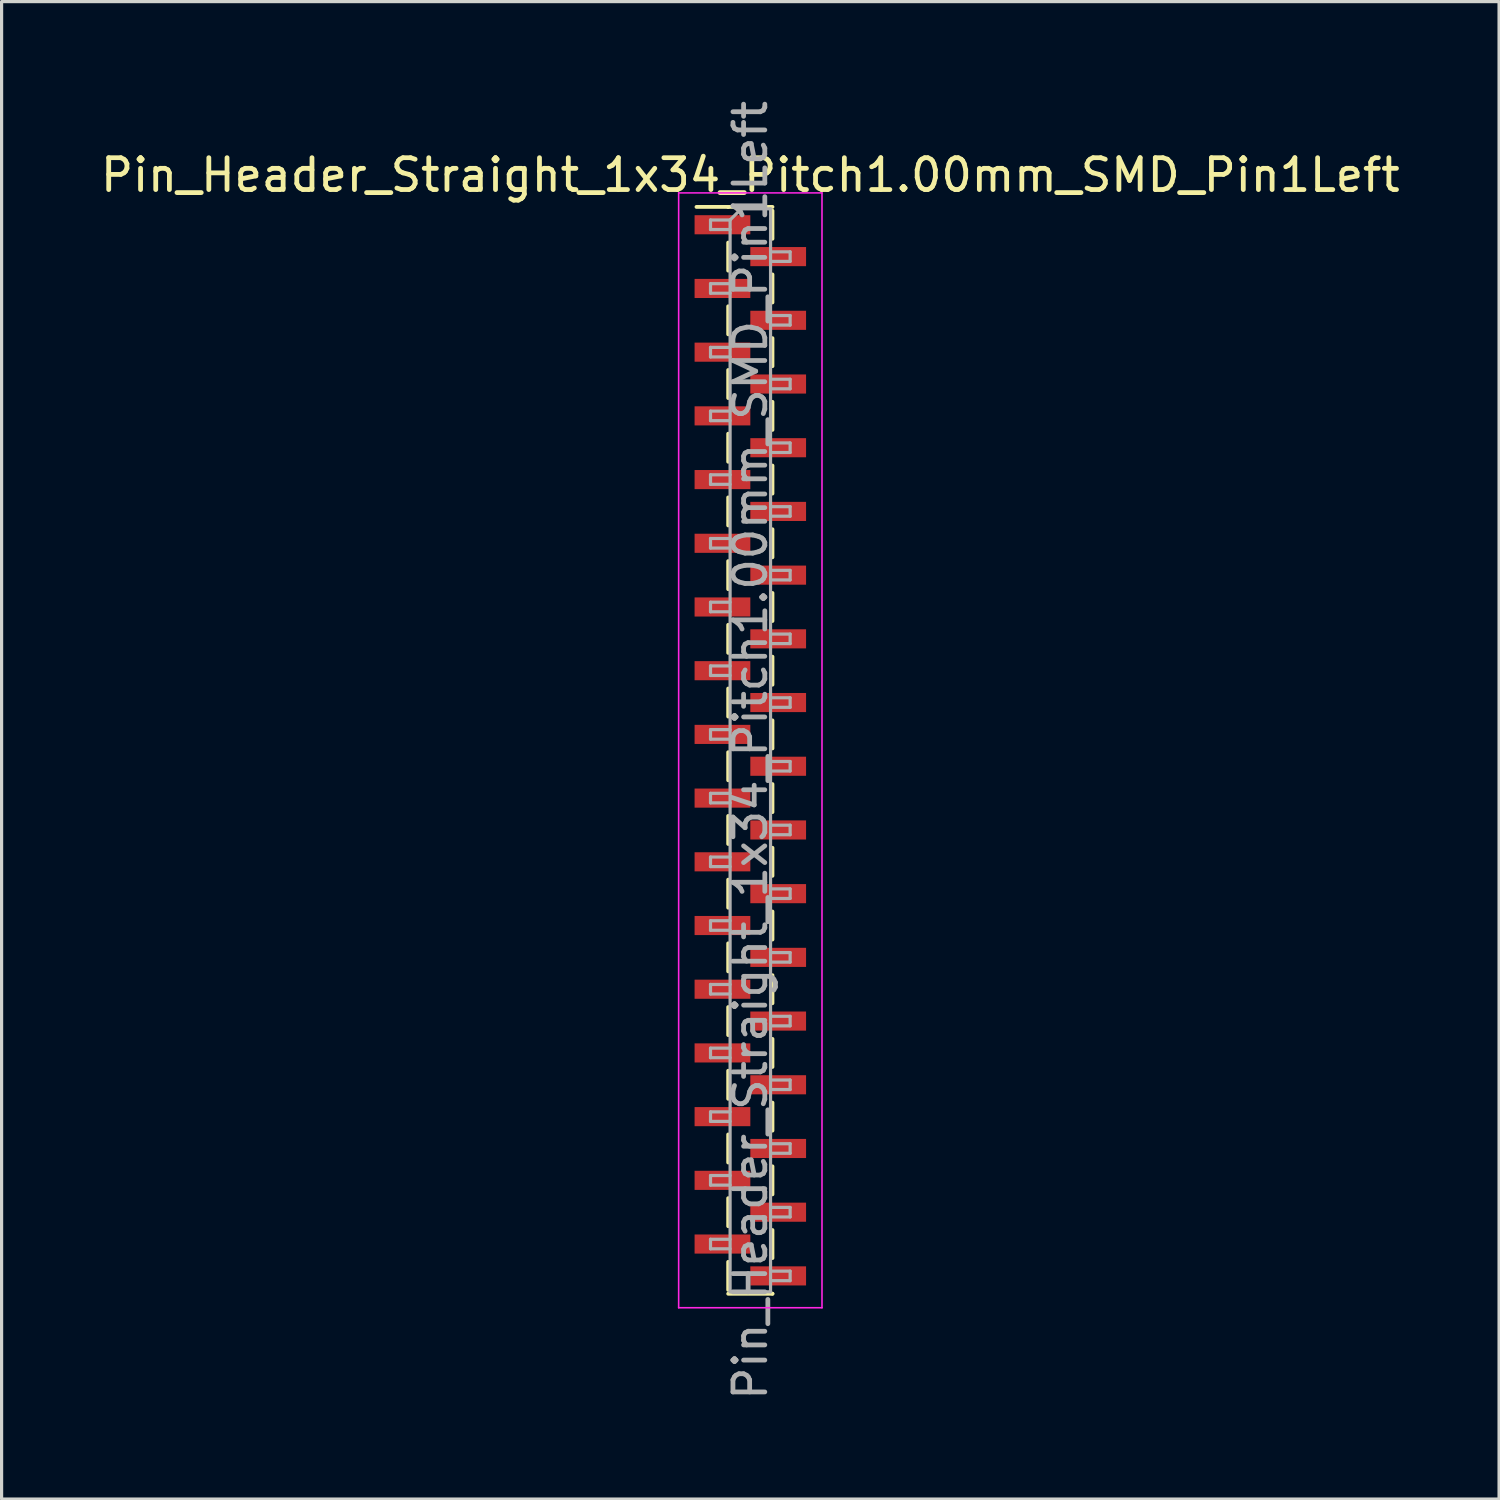
<source format=kicad_pcb>
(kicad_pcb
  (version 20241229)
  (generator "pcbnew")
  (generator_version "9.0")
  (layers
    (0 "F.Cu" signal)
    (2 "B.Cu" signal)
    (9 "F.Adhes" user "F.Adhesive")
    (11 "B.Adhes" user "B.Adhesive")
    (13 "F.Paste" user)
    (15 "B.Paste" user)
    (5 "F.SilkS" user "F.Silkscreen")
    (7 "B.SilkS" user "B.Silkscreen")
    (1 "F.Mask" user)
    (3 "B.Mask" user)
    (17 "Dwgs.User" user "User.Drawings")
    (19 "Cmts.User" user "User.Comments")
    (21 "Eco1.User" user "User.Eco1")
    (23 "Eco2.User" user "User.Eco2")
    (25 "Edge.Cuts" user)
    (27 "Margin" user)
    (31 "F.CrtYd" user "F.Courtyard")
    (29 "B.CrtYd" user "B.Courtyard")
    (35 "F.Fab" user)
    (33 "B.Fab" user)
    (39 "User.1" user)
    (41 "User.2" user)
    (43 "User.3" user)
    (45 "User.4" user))
  (footprint "Pin_Header_Straight_1x34_Pitch1.00mm_SMD_Pin1Left"
    (layer "F.Cu")
    (at 20.506 20.506)
    (property "Reference" "Pin_Header_Straight_1x34_Pitch1.00mm_SMD_Pin1Left" (at 0 -18.06 0) (layer "F.SilkS") (effects (font (size 1 1) (thickness 0.15))))
    (attr smd)
    (fp_line (start -0.695 -17.06) (end -1.69 -17.06) (stroke (width 0.12) (type solid)) (layer "F.SilkS"))
    (fp_line (start -0.695 -17.06) (end -0.695 -17.06) (stroke (width 0.12) (type solid)) (layer "F.SilkS"))
    (fp_line (start -0.695 -17.06) (end 0.695 -17.06) (stroke (width 0.12) (type solid)) (layer "F.SilkS"))
    (fp_line (start -0.695 -15.94) (end -0.695 -15.06) (stroke (width 0.12) (type solid)) (layer "F.SilkS"))
    (fp_line (start -0.695 -13.94) (end -0.695 -13.06) (stroke (width 0.12) (type solid)) (layer "F.SilkS"))
    (fp_line (start -0.695 -11.94) (end -0.695 -11.06) (stroke (width 0.12) (type solid)) (layer "F.SilkS"))
    (fp_line (start -0.695 -9.94) (end -0.695 -9.06) (stroke (width 0.12) (type solid)) (layer "F.SilkS"))
    (fp_line (start -0.695 -7.94) (end -0.695 -7.06) (stroke (width 0.12) (type solid)) (layer "F.SilkS"))
    (fp_line (start -0.695 -5.94) (end -0.695 -5.06) (stroke (width 0.12) (type solid)) (layer "F.SilkS"))
    (fp_line (start -0.695 -3.94) (end -0.695 -3.06) (stroke (width 0.12) (type solid)) (layer "F.SilkS"))
    (fp_line (start -0.695 -1.94) (end -0.695 -1.06) (stroke (width 0.12) (type solid)) (layer "F.SilkS"))
    (fp_line (start -0.695 0.06) (end -0.695 0.94) (stroke (width 0.12) (type solid)) (layer "F.SilkS"))
    (fp_line (start -0.695 2.06) (end -0.695 2.94) (stroke (width 0.12) (type solid)) (layer "F.SilkS"))
    (fp_line (start -0.695 4.06) (end -0.695 4.94) (stroke (width 0.12) (type solid)) (layer "F.SilkS"))
    (fp_line (start -0.695 6.06) (end -0.695 6.94) (stroke (width 0.12) (type solid)) (layer "F.SilkS"))
    (fp_line (start -0.695 8.06) (end -0.695 8.94) (stroke (width 0.12) (type solid)) (layer "F.SilkS"))
    (fp_line (start -0.695 10.06) (end -0.695 10.94) (stroke (width 0.12) (type solid)) (layer "F.SilkS"))
    (fp_line (start -0.695 12.06) (end -0.695 12.94) (stroke (width 0.12) (type solid)) (layer "F.SilkS"))
    (fp_line (start -0.695 14.06) (end -0.695 14.94) (stroke (width 0.12) (type solid)) (layer "F.SilkS"))
    (fp_line (start -0.695 16.06) (end -0.695 16.94) (stroke (width 0.12) (type solid)) (layer "F.SilkS"))
    (fp_line (start -0.695 17.06) (end 0.695 17.06) (stroke (width 0.12) (type solid)) (layer "F.SilkS"))
    (fp_line (start 0.695 -16.94) (end 0.695 -16.06) (stroke (width 0.12) (type solid)) (layer "F.SilkS"))
    (fp_line (start 0.695 -14.94) (end 0.695 -14.06) (stroke (width 0.12) (type solid)) (layer "F.SilkS"))
    (fp_line (start 0.695 -12.94) (end 0.695 -12.06) (stroke (width 0.12) (type solid)) (layer "F.SilkS"))
    (fp_line (start 0.695 -10.94) (end 0.695 -10.06) (stroke (width 0.12) (type solid)) (layer "F.SilkS"))
    (fp_line (start 0.695 -8.94) (end 0.695 -8.06) (stroke (width 0.12) (type solid)) (layer "F.SilkS"))
    (fp_line (start 0.695 -6.94) (end 0.695 -6.06) (stroke (width 0.12) (type solid)) (layer "F.SilkS"))
    (fp_line (start 0.695 -4.94) (end 0.695 -4.06) (stroke (width 0.12) (type solid)) (layer "F.SilkS"))
    (fp_line (start 0.695 -2.94) (end 0.695 -2.06) (stroke (width 0.12) (type solid)) (layer "F.SilkS"))
    (fp_line (start 0.695 -0.94) (end 0.695 -0.06) (stroke (width 0.12) (type solid)) (layer "F.SilkS"))
    (fp_line (start 0.695 1.06) (end 0.695 1.94) (stroke (width 0.12) (type solid)) (layer "F.SilkS"))
    (fp_line (start 0.695 3.06) (end 0.695 3.94) (stroke (width 0.12) (type solid)) (layer "F.SilkS"))
    (fp_line (start 0.695 5.06) (end 0.695 5.94) (stroke (width 0.12) (type solid)) (layer "F.SilkS"))
    (fp_line (start 0.695 7.06) (end 0.695 7.94) (stroke (width 0.12) (type solid)) (layer "F.SilkS"))
    (fp_line (start 0.695 9.06) (end 0.695 9.94) (stroke (width 0.12) (type solid)) (layer "F.SilkS"))
    (fp_line (start 0.695 11.06) (end 0.695 11.94) (stroke (width 0.12) (type solid)) (layer "F.SilkS"))
    (fp_line (start 0.695 13.06) (end 0.695 13.94) (stroke (width 0.12) (type solid)) (layer "F.SilkS"))
    (fp_line (start 0.695 15.06) (end 0.695 15.94) (stroke (width 0.12) (type solid)) (layer "F.SilkS"))
    (fp_line (start 0.695 17.06) (end 0.695 17.06) (stroke (width 0.12) (type solid)) (layer "F.SilkS"))
    (fp_line (start -2.25 -17.5) (end -2.25 17.5) (stroke (width 0.05) (type solid)) (layer "F.CrtYd"))
    (fp_line (start -2.25 17.5) (end 2.25 17.5) (stroke (width 0.05) (type solid)) (layer "F.CrtYd"))
    (fp_line (start 2.25 -17.5) (end -2.25 -17.5) (stroke (width 0.05) (type solid)) (layer "F.CrtYd"))
    (fp_line (start 2.25 17.5) (end 2.25 -17.5) (stroke (width 0.05) (type solid)) (layer "F.CrtYd"))
    (fp_line (start -1.25 -16.65) (end -1.25 -16.35) (stroke (width 0.1) (type solid)) (layer "F.Fab"))
    (fp_line (start -1.25 -16.35) (end -0.635 -16.35) (stroke (width 0.1) (type solid)) (layer "F.Fab"))
    (fp_line (start -1.25 -14.65) (end -1.25 -14.35) (stroke (width 0.1) (type solid)) (layer "F.Fab"))
    (fp_line (start -1.25 -14.35) (end -0.635 -14.35) (stroke (width 0.1) (type solid)) (layer "F.Fab"))
    (fp_line (start -1.25 -12.65) (end -1.25 -12.35) (stroke (width 0.1) (type solid)) (layer "F.Fab"))
    (fp_line (start -1.25 -12.35) (end -0.635 -12.35) (stroke (width 0.1) (type solid)) (layer "F.Fab"))
    (fp_line (start -1.25 -10.65) (end -1.25 -10.35) (stroke (width 0.1) (type solid)) (layer "F.Fab"))
    (fp_line (start -1.25 -10.35) (end -0.635 -10.35) (stroke (width 0.1) (type solid)) (layer "F.Fab"))
    (fp_line (start -1.25 -8.65) (end -1.25 -8.35) (stroke (width 0.1) (type solid)) (layer "F.Fab"))
    (fp_line (start -1.25 -8.35) (end -0.635 -8.35) (stroke (width 0.1) (type solid)) (layer "F.Fab"))
    (fp_line (start -1.25 -6.65) (end -1.25 -6.35) (stroke (width 0.1) (type solid)) (layer "F.Fab"))
    (fp_line (start -1.25 -6.35) (end -0.635 -6.35) (stroke (width 0.1) (type solid)) (layer "F.Fab"))
    (fp_line (start -1.25 -4.65) (end -1.25 -4.35) (stroke (width 0.1) (type solid)) (layer "F.Fab"))
    (fp_line (start -1.25 -4.35) (end -0.635 -4.35) (stroke (width 0.1) (type solid)) (layer "F.Fab"))
    (fp_line (start -1.25 -2.65) (end -1.25 -2.35) (stroke (width 0.1) (type solid)) (layer "F.Fab"))
    (fp_line (start -1.25 -2.35) (end -0.635 -2.35) (stroke (width 0.1) (type solid)) (layer "F.Fab"))
    (fp_line (start -1.25 -0.65) (end -1.25 -0.35) (stroke (width 0.1) (type solid)) (layer "F.Fab"))
    (fp_line (start -1.25 -0.35) (end -0.635 -0.35) (stroke (width 0.1) (type solid)) (layer "F.Fab"))
    (fp_line (start -1.25 1.35) (end -1.25 1.65) (stroke (width 0.1) (type solid)) (layer "F.Fab"))
    (fp_line (start -1.25 1.65) (end -0.635 1.65) (stroke (width 0.1) (type solid)) (layer "F.Fab"))
    (fp_line (start -1.25 3.35) (end -1.25 3.65) (stroke (width 0.1) (type solid)) (layer "F.Fab"))
    (fp_line (start -1.25 3.65) (end -0.635 3.65) (stroke (width 0.1) (type solid)) (layer "F.Fab"))
    (fp_line (start -1.25 5.35) (end -1.25 5.65) (stroke (width 0.1) (type solid)) (layer "F.Fab"))
    (fp_line (start -1.25 5.65) (end -0.635 5.65) (stroke (width 0.1) (type solid)) (layer "F.Fab"))
    (fp_line (start -1.25 7.35) (end -1.25 7.65) (stroke (width 0.1) (type solid)) (layer "F.Fab"))
    (fp_line (start -1.25 7.65) (end -0.635 7.65) (stroke (width 0.1) (type solid)) (layer "F.Fab"))
    (fp_line (start -1.25 9.35) (end -1.25 9.65) (stroke (width 0.1) (type solid)) (layer "F.Fab"))
    (fp_line (start -1.25 9.65) (end -0.635 9.65) (stroke (width 0.1) (type solid)) (layer "F.Fab"))
    (fp_line (start -1.25 11.35) (end -1.25 11.65) (stroke (width 0.1) (type solid)) (layer "F.Fab"))
    (fp_line (start -1.25 11.65) (end -0.635 11.65) (stroke (width 0.1) (type solid)) (layer "F.Fab"))
    (fp_line (start -1.25 13.35) (end -1.25 13.65) (stroke (width 0.1) (type solid)) (layer "F.Fab"))
    (fp_line (start -1.25 13.65) (end -0.635 13.65) (stroke (width 0.1) (type solid)) (layer "F.Fab"))
    (fp_line (start -1.25 15.35) (end -1.25 15.65) (stroke (width 0.1) (type solid)) (layer "F.Fab"))
    (fp_line (start -1.25 15.65) (end -0.635 15.65) (stroke (width 0.1) (type solid)) (layer "F.Fab"))
    (fp_line (start -0.635 -16.65) (end -1.25 -16.65) (stroke (width 0.1) (type solid)) (layer "F.Fab"))
    (fp_line (start -0.635 -16.65) (end -0.285 -17) (stroke (width 0.1) (type solid)) (layer "F.Fab"))
    (fp_line (start -0.635 -14.65) (end -1.25 -14.65) (stroke (width 0.1) (type solid)) (layer "F.Fab"))
    (fp_line (start -0.635 -12.65) (end -1.25 -12.65) (stroke (width 0.1) (type solid)) (layer "F.Fab"))
    (fp_line (start -0.635 -10.65) (end -1.25 -10.65) (stroke (width 0.1) (type solid)) (layer "F.Fab"))
    (fp_line (start -0.635 -8.65) (end -1.25 -8.65) (stroke (width 0.1) (type solid)) (layer "F.Fab"))
    (fp_line (start -0.635 -6.65) (end -1.25 -6.65) (stroke (width 0.1) (type solid)) (layer "F.Fab"))
    (fp_line (start -0.635 -4.65) (end -1.25 -4.65) (stroke (width 0.1) (type solid)) (layer "F.Fab"))
    (fp_line (start -0.635 -2.65) (end -1.25 -2.65) (stroke (width 0.1) (type solid)) (layer "F.Fab"))
    (fp_line (start -0.635 -0.65) (end -1.25 -0.65) (stroke (width 0.1) (type solid)) (layer "F.Fab"))
    (fp_line (start -0.635 1.35) (end -1.25 1.35) (stroke (width 0.1) (type solid)) (layer "F.Fab"))
    (fp_line (start -0.635 3.35) (end -1.25 3.35) (stroke (width 0.1) (type solid)) (layer "F.Fab"))
    (fp_line (start -0.635 5.35) (end -1.25 5.35) (stroke (width 0.1) (type solid)) (layer "F.Fab"))
    (fp_line (start -0.635 7.35) (end -1.25 7.35) (stroke (width 0.1) (type solid)) (layer "F.Fab"))
    (fp_line (start -0.635 9.35) (end -1.25 9.35) (stroke (width 0.1) (type solid)) (layer "F.Fab"))
    (fp_line (start -0.635 11.35) (end -1.25 11.35) (stroke (width 0.1) (type solid)) (layer "F.Fab"))
    (fp_line (start -0.635 13.35) (end -1.25 13.35) (stroke (width 0.1) (type solid)) (layer "F.Fab"))
    (fp_line (start -0.635 15.35) (end -1.25 15.35) (stroke (width 0.1) (type solid)) (layer "F.Fab"))
    (fp_line (start -0.635 17) (end -0.635 -16.65) (stroke (width 0.1) (type solid)) (layer "F.Fab"))
    (fp_line (start -0.285 -17) (end 0.635 -17) (stroke (width 0.1) (type solid)) (layer "F.Fab"))
    (fp_line (start 0.635 -17) (end 0.635 17) (stroke (width 0.1) (type solid)) (layer "F.Fab"))
    (fp_line (start 0.635 -15.65) (end 1.25 -15.65) (stroke (width 0.1) (type solid)) (layer "F.Fab"))
    (fp_line (start 0.635 -13.65) (end 1.25 -13.65) (stroke (width 0.1) (type solid)) (layer "F.Fab"))
    (fp_line (start 0.635 -11.65) (end 1.25 -11.65) (stroke (width 0.1) (type solid)) (layer "F.Fab"))
    (fp_line (start 0.635 -9.65) (end 1.25 -9.65) (stroke (width 0.1) (type solid)) (layer "F.Fab"))
    (fp_line (start 0.635 -7.65) (end 1.25 -7.65) (stroke (width 0.1) (type solid)) (layer "F.Fab"))
    (fp_line (start 0.635 -5.65) (end 1.25 -5.65) (stroke (width 0.1) (type solid)) (layer "F.Fab"))
    (fp_line (start 0.635 -3.65) (end 1.25 -3.65) (stroke (width 0.1) (type solid)) (layer "F.Fab"))
    (fp_line (start 0.635 -1.65) (end 1.25 -1.65) (stroke (width 0.1) (type solid)) (layer "F.Fab"))
    (fp_line (start 0.635 0.35) (end 1.25 0.35) (stroke (width 0.1) (type solid)) (layer "F.Fab"))
    (fp_line (start 0.635 2.35) (end 1.25 2.35) (stroke (width 0.1) (type solid)) (layer "F.Fab"))
    (fp_line (start 0.635 4.35) (end 1.25 4.35) (stroke (width 0.1) (type solid)) (layer "F.Fab"))
    (fp_line (start 0.635 6.35) (end 1.25 6.35) (stroke (width 0.1) (type solid)) (layer "F.Fab"))
    (fp_line (start 0.635 8.35) (end 1.25 8.35) (stroke (width 0.1) (type solid)) (layer "F.Fab"))
    (fp_line (start 0.635 10.35) (end 1.25 10.35) (stroke (width 0.1) (type solid)) (layer "F.Fab"))
    (fp_line (start 0.635 12.35) (end 1.25 12.35) (stroke (width 0.1) (type solid)) (layer "F.Fab"))
    (fp_line (start 0.635 14.35) (end 1.25 14.35) (stroke (width 0.1) (type solid)) (layer "F.Fab"))
    (fp_line (start 0.635 16.35) (end 1.25 16.35) (stroke (width 0.1) (type solid)) (layer "F.Fab"))
    (fp_line (start 0.635 17) (end -0.635 17) (stroke (width 0.1) (type solid)) (layer "F.Fab"))
    (fp_line (start 1.25 -15.65) (end 1.25 -15.35) (stroke (width 0.1) (type solid)) (layer "F.Fab"))
    (fp_line (start 1.25 -15.35) (end 0.635 -15.35) (stroke (width 0.1) (type solid)) (layer "F.Fab"))
    (fp_line (start 1.25 -13.65) (end 1.25 -13.35) (stroke (width 0.1) (type solid)) (layer "F.Fab"))
    (fp_line (start 1.25 -13.35) (end 0.635 -13.35) (stroke (width 0.1) (type solid)) (layer "F.Fab"))
    (fp_line (start 1.25 -11.65) (end 1.25 -11.35) (stroke (width 0.1) (type solid)) (layer "F.Fab"))
    (fp_line (start 1.25 -11.35) (end 0.635 -11.35) (stroke (width 0.1) (type solid)) (layer "F.Fab"))
    (fp_line (start 1.25 -9.65) (end 1.25 -9.35) (stroke (width 0.1) (type solid)) (layer "F.Fab"))
    (fp_line (start 1.25 -9.35) (end 0.635 -9.35) (stroke (width 0.1) (type solid)) (layer "F.Fab"))
    (fp_line (start 1.25 -7.65) (end 1.25 -7.35) (stroke (width 0.1) (type solid)) (layer "F.Fab"))
    (fp_line (start 1.25 -7.35) (end 0.635 -7.35) (stroke (width 0.1) (type solid)) (layer "F.Fab"))
    (fp_line (start 1.25 -5.65) (end 1.25 -5.35) (stroke (width 0.1) (type solid)) (layer "F.Fab"))
    (fp_line (start 1.25 -5.35) (end 0.635 -5.35) (stroke (width 0.1) (type solid)) (layer "F.Fab"))
    (fp_line (start 1.25 -3.65) (end 1.25 -3.35) (stroke (width 0.1) (type solid)) (layer "F.Fab"))
    (fp_line (start 1.25 -3.35) (end 0.635 -3.35) (stroke (width 0.1) (type solid)) (layer "F.Fab"))
    (fp_line (start 1.25 -1.65) (end 1.25 -1.35) (stroke (width 0.1) (type solid)) (layer "F.Fab"))
    (fp_line (start 1.25 -1.35) (end 0.635 -1.35) (stroke (width 0.1) (type solid)) (layer "F.Fab"))
    (fp_line (start 1.25 0.35) (end 1.25 0.65) (stroke (width 0.1) (type solid)) (layer "F.Fab"))
    (fp_line (start 1.25 0.65) (end 0.635 0.65) (stroke (width 0.1) (type solid)) (layer "F.Fab"))
    (fp_line (start 1.25 2.35) (end 1.25 2.65) (stroke (width 0.1) (type solid)) (layer "F.Fab"))
    (fp_line (start 1.25 2.65) (end 0.635 2.65) (stroke (width 0.1) (type solid)) (layer "F.Fab"))
    (fp_line (start 1.25 4.35) (end 1.25 4.65) (stroke (width 0.1) (type solid)) (layer "F.Fab"))
    (fp_line (start 1.25 4.65) (end 0.635 4.65) (stroke (width 0.1) (type solid)) (layer "F.Fab"))
    (fp_line (start 1.25 6.35) (end 1.25 6.65) (stroke (width 0.1) (type solid)) (layer "F.Fab"))
    (fp_line (start 1.25 6.65) (end 0.635 6.65) (stroke (width 0.1) (type solid)) (layer "F.Fab"))
    (fp_line (start 1.25 8.35) (end 1.25 8.65) (stroke (width 0.1) (type solid)) (layer "F.Fab"))
    (fp_line (start 1.25 8.65) (end 0.635 8.65) (stroke (width 0.1) (type solid)) (layer "F.Fab"))
    (fp_line (start 1.25 10.35) (end 1.25 10.65) (stroke (width 0.1) (type solid)) (layer "F.Fab"))
    (fp_line (start 1.25 10.65) (end 0.635 10.65) (stroke (width 0.1) (type solid)) (layer "F.Fab"))
    (fp_line (start 1.25 12.35) (end 1.25 12.65) (stroke (width 0.1) (type solid)) (layer "F.Fab"))
    (fp_line (start 1.25 12.65) (end 0.635 12.65) (stroke (width 0.1) (type solid)) (layer "F.Fab"))
    (fp_line (start 1.25 14.35) (end 1.25 14.65) (stroke (width 0.1) (type solid)) (layer "F.Fab"))
    (fp_line (start 1.25 14.65) (end 0.635 14.65) (stroke (width 0.1) (type solid)) (layer "F.Fab"))
    (fp_line (start 1.25 16.35) (end 1.25 16.65) (stroke (width 0.1) (type solid)) (layer "F.Fab"))
    (fp_line (start 1.25 16.65) (end 0.635 16.65) (stroke (width 0.1) (type solid)) (layer "F.Fab"))
    (fp_text user "${REFERENCE}" (at 0 0 90) (layer "F.Fab") (effects (font (size 1 1) (thickness 0.15))))
    (pad "1" smd rect (at -0.875 -16.5) (size 1.75 0.6) (layers "F.Cu" "F.Mask" "F.Paste"))
    (pad "2" smd rect (at 0.875 -15.5) (size 1.75 0.6) (layers "F.Cu" "F.Mask" "F.Paste"))
    (pad "3" smd rect (at -0.875 -14.5) (size 1.75 0.6) (layers "F.Cu" "F.Mask" "F.Paste"))
    (pad "4" smd rect (at 0.875 -13.5) (size 1.75 0.6) (layers "F.Cu" "F.Mask" "F.Paste"))
    (pad "5" smd rect (at -0.875 -12.5) (size 1.75 0.6) (layers "F.Cu" "F.Mask" "F.Paste"))
    (pad "6" smd rect (at 0.875 -11.5) (size 1.75 0.6) (layers "F.Cu" "F.Mask" "F.Paste"))
    (pad "7" smd rect (at -0.875 -10.5) (size 1.75 0.6) (layers "F.Cu" "F.Mask" "F.Paste"))
    (pad "8" smd rect (at 0.875 -9.5) (size 1.75 0.6) (layers "F.Cu" "F.Mask" "F.Paste"))
    (pad "9" smd rect (at -0.875 -8.5) (size 1.75 0.6) (layers "F.Cu" "F.Mask" "F.Paste"))
    (pad "10" smd rect (at 0.875 -7.5) (size 1.75 0.6) (layers "F.Cu" "F.Mask" "F.Paste"))
    (pad "11" smd rect (at -0.875 -6.5) (size 1.75 0.6) (layers "F.Cu" "F.Mask" "F.Paste"))
    (pad "12" smd rect (at 0.875 -5.5) (size 1.75 0.6) (layers "F.Cu" "F.Mask" "F.Paste"))
    (pad "13" smd rect (at -0.875 -4.5) (size 1.75 0.6) (layers "F.Cu" "F.Mask" "F.Paste"))
    (pad "14" smd rect (at 0.875 -3.5) (size 1.75 0.6) (layers "F.Cu" "F.Mask" "F.Paste"))
    (pad "15" smd rect (at -0.875 -2.5) (size 1.75 0.6) (layers "F.Cu" "F.Mask" "F.Paste"))
    (pad "16" smd rect (at 0.875 -1.5) (size 1.75 0.6) (layers "F.Cu" "F.Mask" "F.Paste"))
    (pad "17" smd rect (at -0.875 -0.5) (size 1.75 0.6) (layers "F.Cu" "F.Mask" "F.Paste"))
    (pad "18" smd rect (at 0.875 0.5) (size 1.75 0.6) (layers "F.Cu" "F.Mask" "F.Paste"))
    (pad "19" smd rect (at -0.875 1.5) (size 1.75 0.6) (layers "F.Cu" "F.Mask" "F.Paste"))
    (pad "20" smd rect (at 0.875 2.5) (size 1.75 0.6) (layers "F.Cu" "F.Mask" "F.Paste"))
    (pad "21" smd rect (at -0.875 3.5) (size 1.75 0.6) (layers "F.Cu" "F.Mask" "F.Paste"))
    (pad "22" smd rect (at 0.875 4.5) (size 1.75 0.6) (layers "F.Cu" "F.Mask" "F.Paste"))
    (pad "23" smd rect (at -0.875 5.5) (size 1.75 0.6) (layers "F.Cu" "F.Mask" "F.Paste"))
    (pad "24" smd rect (at 0.875 6.5) (size 1.75 0.6) (layers "F.Cu" "F.Mask" "F.Paste"))
    (pad "25" smd rect (at -0.875 7.5) (size 1.75 0.6) (layers "F.Cu" "F.Mask" "F.Paste"))
    (pad "26" smd rect (at 0.875 8.5) (size 1.75 0.6) (layers "F.Cu" "F.Mask" "F.Paste"))
    (pad "27" smd rect (at -0.875 9.5) (size 1.75 0.6) (layers "F.Cu" "F.Mask" "F.Paste"))
    (pad "28" smd rect (at 0.875 10.5) (size 1.75 0.6) (layers "F.Cu" "F.Mask" "F.Paste"))
    (pad "29" smd rect (at -0.875 11.5) (size 1.75 0.6) (layers "F.Cu" "F.Mask" "F.Paste"))
    (pad "30" smd rect (at 0.875 12.5) (size 1.75 0.6) (layers "F.Cu" "F.Mask" "F.Paste"))
    (pad "31" smd rect (at -0.875 13.5) (size 1.75 0.6) (layers "F.Cu" "F.Mask" "F.Paste"))
    (pad "32" smd rect (at 0.875 14.5) (size 1.75 0.6) (layers "F.Cu" "F.Mask" "F.Paste"))
    (pad "33" smd rect (at -0.875 15.5) (size 1.75 0.6) (layers "F.Cu" "F.Mask" "F.Paste"))
    (pad "34" smd rect (at 0.875 16.5) (size 1.75 0.6) (layers "F.Cu" "F.Mask" "F.Paste")))
  (gr_rect
    (start -3 -3)
    (end 44.012 44.012)
    (stroke (width 0.1) (type default))
    (fill no)
    (layer "Edge.Cuts")))
</source>
